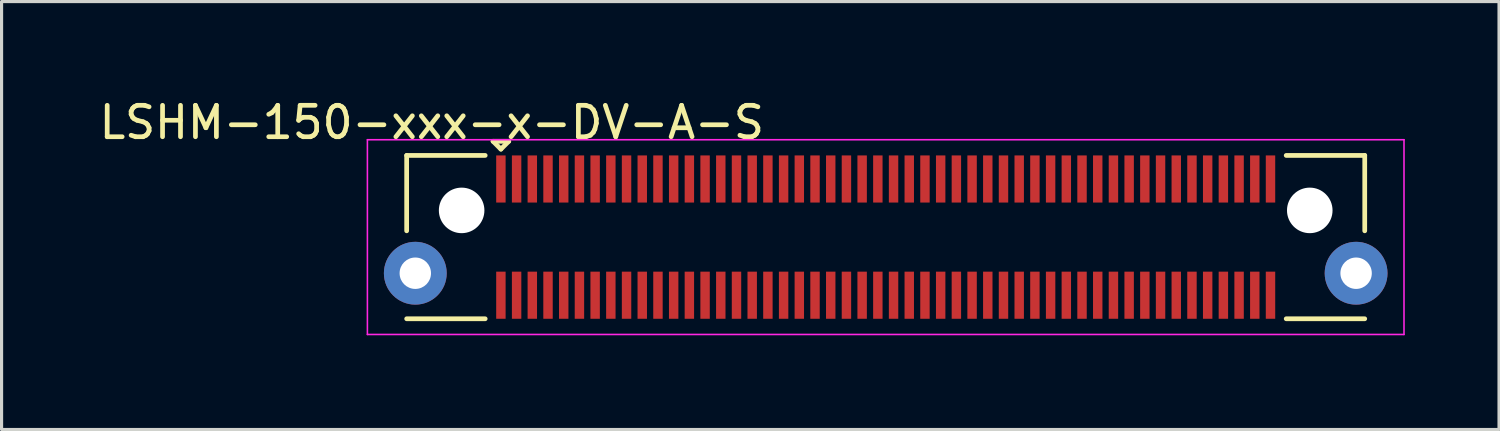
<source format=kicad_pcb>
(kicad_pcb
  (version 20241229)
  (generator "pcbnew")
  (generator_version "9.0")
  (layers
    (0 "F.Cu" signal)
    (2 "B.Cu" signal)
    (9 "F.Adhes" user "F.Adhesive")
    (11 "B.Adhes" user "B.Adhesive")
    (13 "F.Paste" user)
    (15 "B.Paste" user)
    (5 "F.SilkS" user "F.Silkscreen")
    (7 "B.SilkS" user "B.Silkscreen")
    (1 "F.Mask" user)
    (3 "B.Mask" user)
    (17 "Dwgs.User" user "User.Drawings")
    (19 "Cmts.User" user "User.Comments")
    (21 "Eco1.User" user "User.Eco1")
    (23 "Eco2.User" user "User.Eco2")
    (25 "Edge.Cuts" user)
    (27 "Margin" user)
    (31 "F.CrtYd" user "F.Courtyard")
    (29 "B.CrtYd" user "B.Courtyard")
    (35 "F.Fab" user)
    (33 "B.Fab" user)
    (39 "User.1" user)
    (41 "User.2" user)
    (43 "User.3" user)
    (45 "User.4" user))
  (footprint "LSHM-150-xxx-x-DV-A-S"
    (layer "F.Cu")
    (at 25.146 4.498)
    (property "Reference" "LSHM-150-xxx-x-DV-A-S" (at -14.45 -3.65 0) (layer "F.SilkS") (effects (font (size 1 1) (thickness 0.15))))
    (attr smd)
    (fp_line (start -15.25 -2.6) (end -12.75 -2.6) (stroke (width 0.15) (type solid)) (layer "F.SilkS"))
    (fp_line (start -15.25 -0.2) (end -15.25 -2.6) (stroke (width 0.15) (type solid)) (layer "F.SilkS"))
    (fp_line (start -15.25 2.6) (end -12.75 2.6) (stroke (width 0.15) (type solid)) (layer "F.SilkS"))
    (fp_line (start -12.5 -3.05) (end -12.25 -2.8) (stroke (width 0.15) (type solid)) (layer "F.SilkS"))
    (fp_line (start -12.25 -2.8) (end -12 -3.05) (stroke (width 0.15) (type solid)) (layer "F.SilkS"))
    (fp_line (start -12 -3.05) (end -12.5 -3.05) (stroke (width 0.15) (type solid)) (layer "F.SilkS"))
    (fp_line (start 15.25 -2.6) (end 12.75 -2.6) (stroke (width 0.15) (type solid)) (layer "F.SilkS"))
    (fp_line (start 15.25 -0.2) (end 15.25 -2.6) (stroke (width 0.15) (type solid)) (layer "F.SilkS"))
    (fp_line (start 15.25 2.6) (end 12.75 2.6) (stroke (width 0.15) (type solid)) (layer "F.SilkS"))
    (fp_line (start -16.5 -3.1) (end 16.5 -3.1) (stroke (width 0.05) (type solid)) (layer "F.CrtYd"))
    (fp_line (start -16.5 3.1) (end -16.5 -3.1) (stroke (width 0.05) (type solid)) (layer "F.CrtYd"))
    (fp_line (start -16.5 3.1) (end 16.5 3.1) (stroke (width 0.05) (type solid)) (layer "F.CrtYd"))
    (fp_line (start 16.5 3.1) (end 16.5 -3.1) (stroke (width 0.05) (type solid)) (layer "F.CrtYd"))
    (pad "" np_thru_hole circle (at -13.5 -0.85) (size 1.45 1.45) (drill 1.45) (layers "*.Cu" "*.Mask"))
    (pad "" np_thru_hole circle (at 13.5 -0.85) (size 1.45 1.45) (drill 1.45) (layers "*.Cu" "*.Mask"))
    (pad "1" smd rect (at -12.25 -1.85) (size 0.3 1.5) (layers "F.Cu" "F.Mask" "F.Paste"))
    (pad "2" smd rect (at -12.25 1.85) (size 0.3 1.5) (layers "F.Cu" "F.Mask" "F.Paste"))
    (pad "3" smd rect (at -11.75 -1.85) (size 0.3 1.5) (layers "F.Cu" "F.Mask" "F.Paste"))
    (pad "4" smd rect (at -11.75 1.85) (size 0.3 1.5) (layers "F.Cu" "F.Mask" "F.Paste"))
    (pad "5" smd rect (at -11.25 -1.85) (size 0.3 1.5) (layers "F.Cu" "F.Mask" "F.Paste"))
    (pad "6" smd rect (at -11.25 1.85) (size 0.3 1.5) (layers "F.Cu" "F.Mask" "F.Paste"))
    (pad "7" smd rect (at -10.75 -1.85) (size 0.3 1.5) (layers "F.Cu" "F.Mask" "F.Paste"))
    (pad "8" smd rect (at -10.75 1.85) (size 0.3 1.5) (layers "F.Cu" "F.Mask" "F.Paste"))
    (pad "9" smd rect (at -10.25 -1.85) (size 0.3 1.5) (layers "F.Cu" "F.Mask" "F.Paste"))
    (pad "10" smd rect (at -10.25 1.85) (size 0.3 1.5) (layers "F.Cu" "F.Mask" "F.Paste"))
    (pad "11" smd rect (at -9.75 -1.85) (size 0.3 1.5) (layers "F.Cu" "F.Mask" "F.Paste"))
    (pad "12" smd rect (at -9.75 1.85) (size 0.3 1.5) (layers "F.Cu" "F.Mask" "F.Paste"))
    (pad "13" smd rect (at -9.25 -1.85) (size 0.3 1.5) (layers "F.Cu" "F.Mask" "F.Paste"))
    (pad "14" smd rect (at -9.25 1.85) (size 0.3 1.5) (layers "F.Cu" "F.Mask" "F.Paste"))
    (pad "15" smd rect (at -8.75 -1.85) (size 0.3 1.5) (layers "F.Cu" "F.Mask" "F.Paste"))
    (pad "16" smd rect (at -8.75 1.85) (size 0.3 1.5) (layers "F.Cu" "F.Mask" "F.Paste"))
    (pad "17" smd rect (at -8.25 -1.85) (size 0.3 1.5) (layers "F.Cu" "F.Mask" "F.Paste"))
    (pad "18" smd rect (at -8.25 1.85) (size 0.3 1.5) (layers "F.Cu" "F.Mask" "F.Paste"))
    (pad "19" smd rect (at -7.75 -1.85) (size 0.3 1.5) (layers "F.Cu" "F.Mask" "F.Paste"))
    (pad "20" smd rect (at -7.75 1.85) (size 0.3 1.5) (layers "F.Cu" "F.Mask" "F.Paste"))
    (pad "21" smd rect (at -7.25 -1.85) (size 0.3 1.5) (layers "F.Cu" "F.Mask" "F.Paste"))
    (pad "22" smd rect (at -7.25 1.85) (size 0.3 1.5) (layers "F.Cu" "F.Mask" "F.Paste"))
    (pad "23" smd rect (at -6.75 -1.85) (size 0.3 1.5) (layers "F.Cu" "F.Mask" "F.Paste"))
    (pad "24" smd rect (at -6.75 1.85) (size 0.3 1.5) (layers "F.Cu" "F.Mask" "F.Paste"))
    (pad "25" smd rect (at -6.25 -1.85) (size 0.3 1.5) (layers "F.Cu" "F.Mask" "F.Paste"))
    (pad "26" smd rect (at -6.25 1.85) (size 0.3 1.5) (layers "F.Cu" "F.Mask" "F.Paste"))
    (pad "27" smd rect (at -5.75 -1.85) (size 0.3 1.5) (layers "F.Cu" "F.Mask" "F.Paste"))
    (pad "28" smd rect (at -5.75 1.85) (size 0.3 1.5) (layers "F.Cu" "F.Mask" "F.Paste"))
    (pad "29" smd rect (at -5.25 -1.85) (size 0.3 1.5) (layers "F.Cu" "F.Mask" "F.Paste"))
    (pad "30" smd rect (at -5.25 1.85) (size 0.3 1.5) (layers "F.Cu" "F.Mask" "F.Paste"))
    (pad "31" smd rect (at -4.75 -1.85) (size 0.3 1.5) (layers "F.Cu" "F.Mask" "F.Paste"))
    (pad "32" smd rect (at -4.75 1.85) (size 0.3 1.5) (layers "F.Cu" "F.Mask" "F.Paste"))
    (pad "33" smd rect (at -4.25 -1.85) (size 0.3 1.5) (layers "F.Cu" "F.Mask" "F.Paste"))
    (pad "34" smd rect (at -4.25 1.85) (size 0.3 1.5) (layers "F.Cu" "F.Mask" "F.Paste"))
    (pad "35" smd rect (at -3.75 -1.85) (size 0.3 1.5) (layers "F.Cu" "F.Mask" "F.Paste"))
    (pad "36" smd rect (at -3.75 1.85) (size 0.3 1.5) (layers "F.Cu" "F.Mask" "F.Paste"))
    (pad "37" smd rect (at -3.25 -1.85) (size 0.3 1.5) (layers "F.Cu" "F.Mask" "F.Paste"))
    (pad "38" smd rect (at -3.25 1.85) (size 0.3 1.5) (layers "F.Cu" "F.Mask" "F.Paste"))
    (pad "39" smd rect (at -2.75 -1.85) (size 0.3 1.5) (layers "F.Cu" "F.Mask" "F.Paste"))
    (pad "40" smd rect (at -2.75 1.85) (size 0.3 1.5) (layers "F.Cu" "F.Mask" "F.Paste"))
    (pad "41" smd rect (at -2.25 -1.85) (size 0.3 1.5) (layers "F.Cu" "F.Mask" "F.Paste"))
    (pad "42" smd rect (at -2.25 1.85) (size 0.3 1.5) (layers "F.Cu" "F.Mask" "F.Paste"))
    (pad "43" smd rect (at -1.75 -1.85) (size 0.3 1.5) (layers "F.Cu" "F.Mask" "F.Paste"))
    (pad "44" smd rect (at -1.75 1.85) (size 0.3 1.5) (layers "F.Cu" "F.Mask" "F.Paste"))
    (pad "45" smd rect (at -1.25 -1.85) (size 0.3 1.5) (layers "F.Cu" "F.Mask" "F.Paste"))
    (pad "46" smd rect (at -1.25 1.85) (size 0.3 1.5) (layers "F.Cu" "F.Mask" "F.Paste"))
    (pad "47" smd rect (at -0.75 -1.85) (size 0.3 1.5) (layers "F.Cu" "F.Mask" "F.Paste"))
    (pad "48" smd rect (at -0.75 1.85) (size 0.3 1.5) (layers "F.Cu" "F.Mask" "F.Paste"))
    (pad "49" smd rect (at -0.25 -1.85) (size 0.3 1.5) (layers "F.Cu" "F.Mask" "F.Paste"))
    (pad "50" smd rect (at -0.25 1.85) (size 0.3 1.5) (layers "F.Cu" "F.Mask" "F.Paste"))
    (pad "51" smd rect (at 0.25 -1.85) (size 0.3 1.5) (layers "F.Cu" "F.Mask" "F.Paste"))
    (pad "52" smd rect (at 0.25 1.85) (size 0.3 1.5) (layers "F.Cu" "F.Mask" "F.Paste"))
    (pad "53" smd rect (at 0.75 -1.85) (size 0.3 1.5) (layers "F.Cu" "F.Mask" "F.Paste"))
    (pad "54" smd rect (at 0.75 1.85) (size 0.3 1.5) (layers "F.Cu" "F.Mask" "F.Paste"))
    (pad "55" smd rect (at 1.25 -1.85) (size 0.3 1.5) (layers "F.Cu" "F.Mask" "F.Paste"))
    (pad "56" smd rect (at 1.25 1.85) (size 0.3 1.5) (layers "F.Cu" "F.Mask" "F.Paste"))
    (pad "57" smd rect (at 1.75 -1.85) (size 0.3 1.5) (layers "F.Cu" "F.Mask" "F.Paste"))
    (pad "58" smd rect (at 1.75 1.85) (size 0.3 1.5) (layers "F.Cu" "F.Mask" "F.Paste"))
    (pad "59" smd rect (at 2.25 -1.85) (size 0.3 1.5) (layers "F.Cu" "F.Mask" "F.Paste"))
    (pad "60" smd rect (at 2.25 1.85) (size 0.3 1.5) (layers "F.Cu" "F.Mask" "F.Paste"))
    (pad "61" smd rect (at 2.75 -1.85) (size 0.3 1.5) (layers "F.Cu" "F.Mask" "F.Paste"))
    (pad "62" smd rect (at 2.75 1.85) (size 0.3 1.5) (layers "F.Cu" "F.Mask" "F.Paste"))
    (pad "63" smd rect (at 3.25 -1.85) (size 0.3 1.5) (layers "F.Cu" "F.Mask" "F.Paste"))
    (pad "64" smd rect (at 3.25 1.85) (size 0.3 1.5) (layers "F.Cu" "F.Mask" "F.Paste"))
    (pad "65" smd rect (at 3.75 -1.85) (size 0.3 1.5) (layers "F.Cu" "F.Mask" "F.Paste"))
    (pad "66" smd rect (at 3.75 1.85) (size 0.3 1.5) (layers "F.Cu" "F.Mask" "F.Paste"))
    (pad "67" smd rect (at 4.25 -1.85) (size 0.3 1.5) (layers "F.Cu" "F.Mask" "F.Paste"))
    (pad "68" smd rect (at 4.25 1.85) (size 0.3 1.5) (layers "F.Cu" "F.Mask" "F.Paste"))
    (pad "69" smd rect (at 4.75 -1.85) (size 0.3 1.5) (layers "F.Cu" "F.Mask" "F.Paste"))
    (pad "70" smd rect (at 4.75 1.85) (size 0.3 1.5) (layers "F.Cu" "F.Mask" "F.Paste"))
    (pad "71" smd rect (at 5.25 -1.85) (size 0.3 1.5) (layers "F.Cu" "F.Mask" "F.Paste"))
    (pad "72" smd rect (at 5.25 1.85) (size 0.3 1.5) (layers "F.Cu" "F.Mask" "F.Paste"))
    (pad "73" smd rect (at 5.75 -1.85) (size 0.3 1.5) (layers "F.Cu" "F.Mask" "F.Paste"))
    (pad "74" smd rect (at 5.75 1.85) (size 0.3 1.5) (layers "F.Cu" "F.Mask" "F.Paste"))
    (pad "75" smd rect (at 6.25 -1.85) (size 0.3 1.5) (layers "F.Cu" "F.Mask" "F.Paste"))
    (pad "76" smd rect (at 6.25 1.85) (size 0.3 1.5) (layers "F.Cu" "F.Mask" "F.Paste"))
    (pad "77" smd rect (at 6.75 -1.85) (size 0.3 1.5) (layers "F.Cu" "F.Mask" "F.Paste"))
    (pad "78" smd rect (at 6.75 1.85) (size 0.3 1.5) (layers "F.Cu" "F.Mask" "F.Paste"))
    (pad "79" smd rect (at 7.25 -1.85) (size 0.3 1.5) (layers "F.Cu" "F.Mask" "F.Paste"))
    (pad "80" smd rect (at 7.25 1.85) (size 0.3 1.5) (layers "F.Cu" "F.Mask" "F.Paste"))
    (pad "81" smd rect (at 7.75 -1.85) (size 0.3 1.5) (layers "F.Cu" "F.Mask" "F.Paste"))
    (pad "82" smd rect (at 7.75 1.85) (size 0.3 1.5) (layers "F.Cu" "F.Mask" "F.Paste"))
    (pad "83" smd rect (at 8.25 -1.85) (size 0.3 1.5) (layers "F.Cu" "F.Mask" "F.Paste"))
    (pad "84" smd rect (at 8.25 1.85) (size 0.3 1.5) (layers "F.Cu" "F.Mask" "F.Paste"))
    (pad "85" smd rect (at 8.75 -1.85) (size 0.3 1.5) (layers "F.Cu" "F.Mask" "F.Paste"))
    (pad "86" smd rect (at 8.75 1.85) (size 0.3 1.5) (layers "F.Cu" "F.Mask" "F.Paste"))
    (pad "87" smd rect (at 9.25 -1.85) (size 0.3 1.5) (layers "F.Cu" "F.Mask" "F.Paste"))
    (pad "88" smd rect (at 9.25 1.85) (size 0.3 1.5) (layers "F.Cu" "F.Mask" "F.Paste"))
    (pad "89" smd rect (at 9.75 -1.85) (size 0.3 1.5) (layers "F.Cu" "F.Mask" "F.Paste"))
    (pad "90" smd rect (at 9.75 1.85) (size 0.3 1.5) (layers "F.Cu" "F.Mask" "F.Paste"))
    (pad "91" smd rect (at 10.25 -1.85) (size 0.3 1.5) (layers "F.Cu" "F.Mask" "F.Paste"))
    (pad "92" smd rect (at 10.25 1.85) (size 0.3 1.5) (layers "F.Cu" "F.Mask" "F.Paste"))
    (pad "93" smd rect (at 10.75 -1.85) (size 0.3 1.5) (layers "F.Cu" "F.Mask" "F.Paste"))
    (pad "94" smd rect (at 10.75 1.85) (size 0.3 1.5) (layers "F.Cu" "F.Mask" "F.Paste"))
    (pad "95" smd rect (at 11.25 -1.85) (size 0.3 1.5) (layers "F.Cu" "F.Mask" "F.Paste"))
    (pad "96" smd rect (at 11.25 1.85) (size 0.3 1.5) (layers "F.Cu" "F.Mask" "F.Paste"))
    (pad "97" smd rect (at 11.75 -1.85) (size 0.3 1.5) (layers "F.Cu" "F.Mask" "F.Paste"))
    (pad "98" smd rect (at 11.75 1.85) (size 0.3 1.5) (layers "F.Cu" "F.Mask" "F.Paste"))
    (pad "99" smd rect (at 12.25 -1.85) (size 0.3 1.5) (layers "F.Cu" "F.Mask" "F.Paste"))
    (pad "100" smd rect (at 12.25 1.85) (size 0.3 1.5) (layers "F.Cu" "F.Mask" "F.Paste"))
    (pad "101" thru_hole circle (at -14.975 1.15) (size 2 2) (drill 1) (layers "*.Cu" "*.Mask"))
    (pad "101" thru_hole circle (at 14.975 1.15) (size 2 2) (drill 1) (layers "*.Cu" "*.Mask")))
  (gr_rect
    (start -3 -3)
    (end 44.671 10.623)
    (stroke (width 0.1) (type default))
    (fill no)
    (layer "Edge.Cuts")))
</source>
